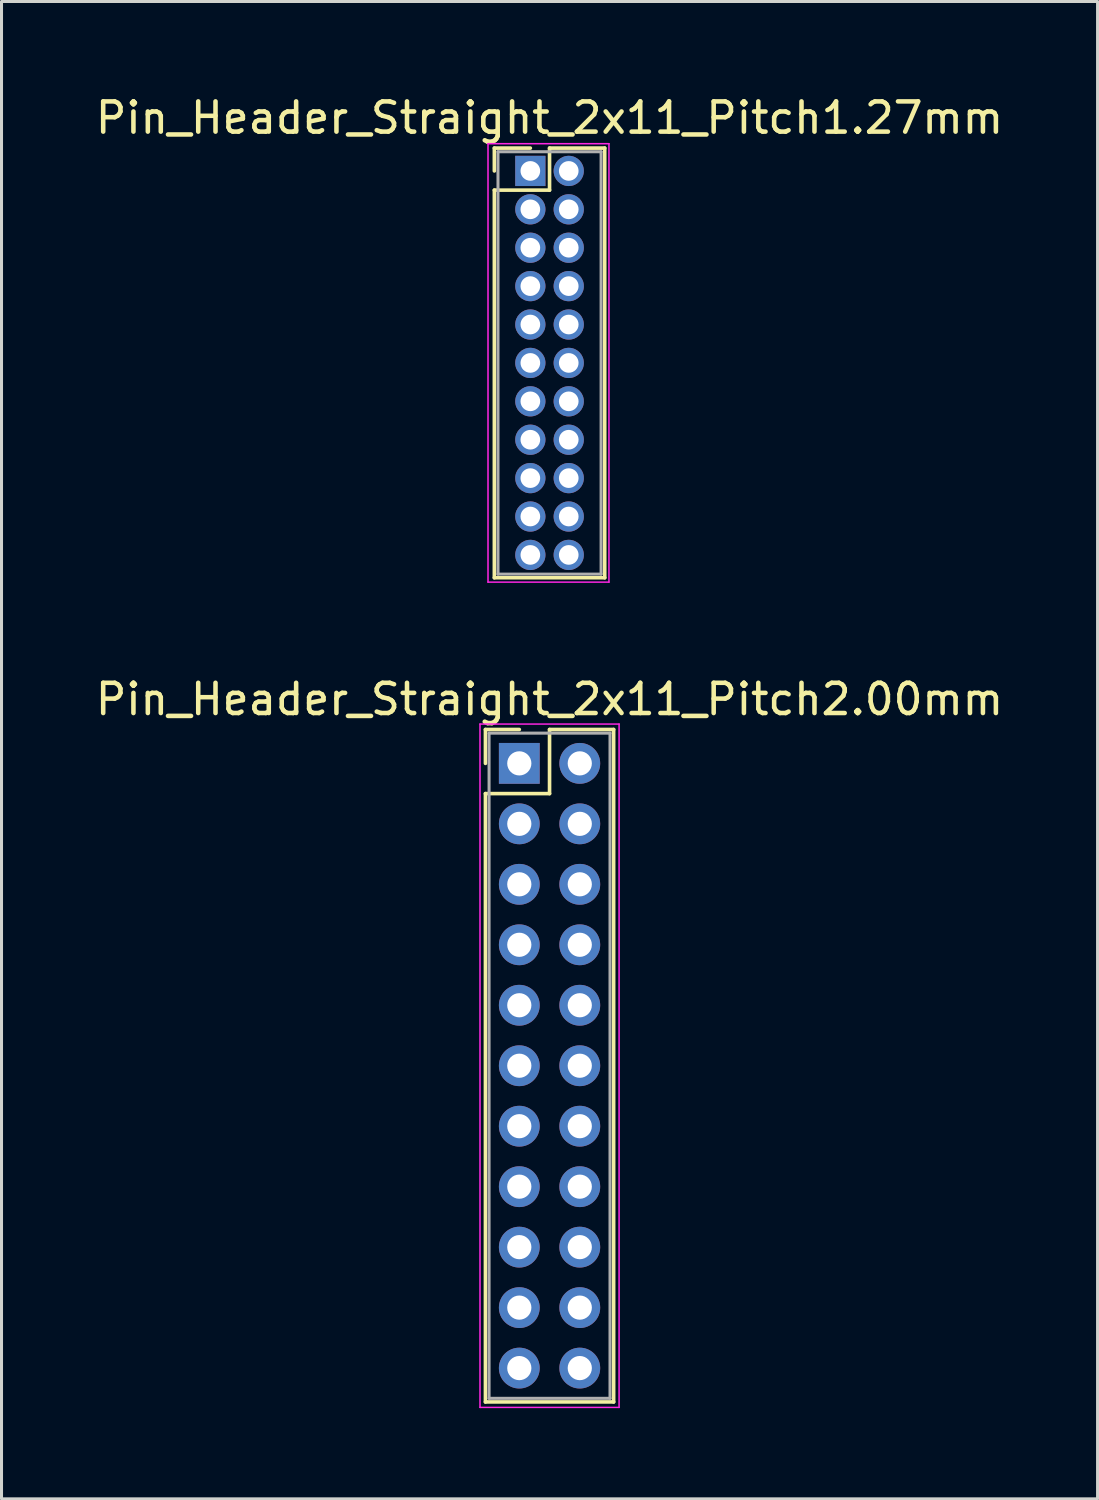
<source format=kicad_pcb>
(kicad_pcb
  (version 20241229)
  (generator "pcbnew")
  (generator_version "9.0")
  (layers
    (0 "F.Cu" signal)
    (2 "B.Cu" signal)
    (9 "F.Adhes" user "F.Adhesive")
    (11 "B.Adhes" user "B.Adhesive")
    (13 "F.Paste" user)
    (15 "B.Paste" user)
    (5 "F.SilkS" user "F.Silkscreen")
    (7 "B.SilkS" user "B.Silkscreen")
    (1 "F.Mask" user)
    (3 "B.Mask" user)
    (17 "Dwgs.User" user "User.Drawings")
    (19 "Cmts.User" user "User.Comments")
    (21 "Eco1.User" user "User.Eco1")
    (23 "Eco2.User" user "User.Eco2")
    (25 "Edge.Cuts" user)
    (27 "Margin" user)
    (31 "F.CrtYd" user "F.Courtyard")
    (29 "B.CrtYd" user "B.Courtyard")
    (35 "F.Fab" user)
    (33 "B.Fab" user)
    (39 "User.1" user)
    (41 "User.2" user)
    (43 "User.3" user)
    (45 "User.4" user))
  (footprint "Pin_Header_Straight_2x11_Pitch2.00mm"
    (layer "F.Cu")
    (at 14.125 22.197)
    (property "Reference" "Pin_Header_Straight_2x11_Pitch2.00mm" (at 1 -2.12 0) (layer "F.SilkS") (effects (font (size 1 1) (thickness 0.15))))
    (attr through_hole)
    (fp_line (start -1.12 -1.12) (end 0 -1.12) (stroke (width 0.12) (type solid)) (layer "F.SilkS"))
    (fp_line (start -1.12 0) (end -1.12 -1.12) (stroke (width 0.12) (type solid)) (layer "F.SilkS"))
    (fp_line (start -1.12 1) (end -1.12 21.12) (stroke (width 0.12) (type solid)) (layer "F.SilkS"))
    (fp_line (start -1.12 21.12) (end 3.12 21.12) (stroke (width 0.12) (type solid)) (layer "F.SilkS"))
    (fp_line (start 1 -1.12) (end 1 1) (stroke (width 0.12) (type solid)) (layer "F.SilkS"))
    (fp_line (start 1 1) (end -1.12 1) (stroke (width 0.12) (type solid)) (layer "F.SilkS"))
    (fp_line (start 3.12 -1.12) (end 1 -1.12) (stroke (width 0.12) (type solid)) (layer "F.SilkS"))
    (fp_line (start 3.12 21.12) (end 3.12 -1.12) (stroke (width 0.12) (type solid)) (layer "F.SilkS"))
    (fp_line (start -1.3 -1.3) (end -1.3 21.3) (stroke (width 0.05) (type solid)) (layer "F.CrtYd"))
    (fp_line (start -1.3 21.3) (end 3.3 21.3) (stroke (width 0.05) (type solid)) (layer "F.CrtYd"))
    (fp_line (start 3.3 -1.3) (end -1.3 -1.3) (stroke (width 0.05) (type solid)) (layer "F.CrtYd"))
    (fp_line (start 3.3 21.3) (end 3.3 -1.3) (stroke (width 0.05) (type solid)) (layer "F.CrtYd"))
    (fp_line (start -1 -1) (end -1 21) (stroke (width 0.1) (type solid)) (layer "F.Fab"))
    (fp_line (start -1 21) (end 3 21) (stroke (width 0.1) (type solid)) (layer "F.Fab"))
    (fp_line (start 3 -1) (end -1 -1) (stroke (width 0.1) (type solid)) (layer "F.Fab"))
    (fp_line (start 3 21) (end 3 -1) (stroke (width 0.1) (type solid)) (layer "F.Fab"))
    (pad "1" thru_hole rect (at 0 0) (size 1.35 1.35) (drill 0.8) (layers "*.Cu" "*.Mask"))
    (pad "2" thru_hole oval (at 2 0) (size 1.35 1.35) (drill 0.8) (layers "*.Cu" "*.Mask"))
    (pad "3" thru_hole oval (at 0 2) (size 1.35 1.35) (drill 0.8) (layers "*.Cu" "*.Mask"))
    (pad "4" thru_hole oval (at 2 2) (size 1.35 1.35) (drill 0.8) (layers "*.Cu" "*.Mask"))
    (pad "5" thru_hole oval (at 0 4) (size 1.35 1.35) (drill 0.8) (layers "*.Cu" "*.Mask"))
    (pad "6" thru_hole oval (at 2 4) (size 1.35 1.35) (drill 0.8) (layers "*.Cu" "*.Mask"))
    (pad "7" thru_hole oval (at 0 6) (size 1.35 1.35) (drill 0.8) (layers "*.Cu" "*.Mask"))
    (pad "8" thru_hole oval (at 2 6) (size 1.35 1.35) (drill 0.8) (layers "*.Cu" "*.Mask"))
    (pad "9" thru_hole oval (at 0 8) (size 1.35 1.35) (drill 0.8) (layers "*.Cu" "*.Mask"))
    (pad "10" thru_hole oval (at 2 8) (size 1.35 1.35) (drill 0.8) (layers "*.Cu" "*.Mask"))
    (pad "11" thru_hole oval (at 0 10) (size 1.35 1.35) (drill 0.8) (layers "*.Cu" "*.Mask"))
    (pad "12" thru_hole oval (at 2 10) (size 1.35 1.35) (drill 0.8) (layers "*.Cu" "*.Mask"))
    (pad "13" thru_hole oval (at 0 12) (size 1.35 1.35) (drill 0.8) (layers "*.Cu" "*.Mask"))
    (pad "14" thru_hole oval (at 2 12) (size 1.35 1.35) (drill 0.8) (layers "*.Cu" "*.Mask"))
    (pad "15" thru_hole oval (at 0 14) (size 1.35 1.35) (drill 0.8) (layers "*.Cu" "*.Mask"))
    (pad "16" thru_hole oval (at 2 14) (size 1.35 1.35) (drill 0.8) (layers "*.Cu" "*.Mask"))
    (pad "17" thru_hole oval (at 0 16) (size 1.35 1.35) (drill 0.8) (layers "*.Cu" "*.Mask"))
    (pad "18" thru_hole oval (at 2 16) (size 1.35 1.35) (drill 0.8) (layers "*.Cu" "*.Mask"))
    (pad "19" thru_hole oval (at 0 18) (size 1.35 1.35) (drill 0.8) (layers "*.Cu" "*.Mask"))
    (pad "20" thru_hole oval (at 2 18) (size 1.35 1.35) (drill 0.8) (layers "*.Cu" "*.Mask"))
    (pad "21" thru_hole oval (at 0 20) (size 1.35 1.35) (drill 0.8) (layers "*.Cu" "*.Mask"))
    (pad "22" thru_hole oval (at 2 20) (size 1.35 1.35) (drill 0.8) (layers "*.Cu" "*.Mask")))
  (footprint "Pin_Header_Straight_2x11_Pitch1.27mm"
    (layer "F.Cu")
    (at 14.49 2.603)
    (property "Reference" "Pin_Header_Straight_2x11_Pitch1.27mm" (at 0.635 -1.755 0) (layer "F.SilkS") (effects (font (size 1 1) (thickness 0.15))))
    (attr through_hole)
    (fp_line (start -1.19 -0.755) (end 0 -0.755) (stroke (width 0.12) (type solid)) (layer "F.SilkS"))
    (fp_line (start -1.19 0) (end -1.19 -0.755) (stroke (width 0.12) (type solid)) (layer "F.SilkS"))
    (fp_line (start -1.19 0.635) (end -1.19 13.455) (stroke (width 0.12) (type solid)) (layer "F.SilkS"))
    (fp_line (start -1.19 13.455) (end 2.46 13.455) (stroke (width 0.12) (type solid)) (layer "F.SilkS"))
    (fp_line (start 0.635 -0.755) (end 0.635 0.635) (stroke (width 0.12) (type solid)) (layer "F.SilkS"))
    (fp_line (start 0.635 0.635) (end -1.19 0.635) (stroke (width 0.12) (type solid)) (layer "F.SilkS"))
    (fp_line (start 2.46 -0.755) (end 0.635 -0.755) (stroke (width 0.12) (type solid)) (layer "F.SilkS"))
    (fp_line (start 2.46 13.455) (end 2.46 -0.755) (stroke (width 0.12) (type solid)) (layer "F.SilkS"))
    (fp_line (start -1.4 -0.9) (end -1.4 13.6) (stroke (width 0.05) (type solid)) (layer "F.CrtYd"))
    (fp_line (start -1.4 13.6) (end 2.6 13.6) (stroke (width 0.05) (type solid)) (layer "F.CrtYd"))
    (fp_line (start 2.6 -0.9) (end -1.4 -0.9) (stroke (width 0.05) (type solid)) (layer "F.CrtYd"))
    (fp_line (start 2.6 13.6) (end 2.6 -0.9) (stroke (width 0.05) (type solid)) (layer "F.CrtYd"))
    (fp_line (start -1.07 -0.635) (end -1.07 13.335) (stroke (width 0.1) (type solid)) (layer "F.Fab"))
    (fp_line (start -1.07 13.335) (end 2.34 13.335) (stroke (width 0.1) (type solid)) (layer "F.Fab"))
    (fp_line (start 2.34 -0.635) (end -1.07 -0.635) (stroke (width 0.1) (type solid)) (layer "F.Fab"))
    (fp_line (start 2.34 13.335) (end 2.34 -0.635) (stroke (width 0.1) (type solid)) (layer "F.Fab"))
    (pad "1" thru_hole rect (at 0 0) (size 1 1) (drill 0.65) (layers "*.Cu" "*.Mask"))
    (pad "2" thru_hole oval (at 1.27 0) (size 1 1) (drill 0.65) (layers "*.Cu" "*.Mask"))
    (pad "3" thru_hole oval (at 0 1.27) (size 1 1) (drill 0.65) (layers "*.Cu" "*.Mask"))
    (pad "4" thru_hole oval (at 1.27 1.27) (size 1 1) (drill 0.65) (layers "*.Cu" "*.Mask"))
    (pad "5" thru_hole oval (at 0 2.54) (size 1 1) (drill 0.65) (layers "*.Cu" "*.Mask"))
    (pad "6" thru_hole oval (at 1.27 2.54) (size 1 1) (drill 0.65) (layers "*.Cu" "*.Mask"))
    (pad "7" thru_hole oval (at 0 3.81) (size 1 1) (drill 0.65) (layers "*.Cu" "*.Mask"))
    (pad "8" thru_hole oval (at 1.27 3.81) (size 1 1) (drill 0.65) (layers "*.Cu" "*.Mask"))
    (pad "9" thru_hole oval (at 0 5.08) (size 1 1) (drill 0.65) (layers "*.Cu" "*.Mask"))
    (pad "10" thru_hole oval (at 1.27 5.08) (size 1 1) (drill 0.65) (layers "*.Cu" "*.Mask"))
    (pad "11" thru_hole oval (at 0 6.35) (size 1 1) (drill 0.65) (layers "*.Cu" "*.Mask"))
    (pad "12" thru_hole oval (at 1.27 6.35) (size 1 1) (drill 0.65) (layers "*.Cu" "*.Mask"))
    (pad "13" thru_hole oval (at 0 7.62) (size 1 1) (drill 0.65) (layers "*.Cu" "*.Mask"))
    (pad "14" thru_hole oval (at 1.27 7.62) (size 1 1) (drill 0.65) (layers "*.Cu" "*.Mask"))
    (pad "15" thru_hole oval (at 0 8.89) (size 1 1) (drill 0.65) (layers "*.Cu" "*.Mask"))
    (pad "16" thru_hole oval (at 1.27 8.89) (size 1 1) (drill 0.65) (layers "*.Cu" "*.Mask"))
    (pad "17" thru_hole oval (at 0 10.16) (size 1 1) (drill 0.65) (layers "*.Cu" "*.Mask"))
    (pad "18" thru_hole oval (at 1.27 10.16) (size 1 1) (drill 0.65) (layers "*.Cu" "*.Mask"))
    (pad "19" thru_hole oval (at 0 11.43) (size 1 1) (drill 0.65) (layers "*.Cu" "*.Mask"))
    (pad "20" thru_hole oval (at 1.27 11.43) (size 1 1) (drill 0.65) (layers "*.Cu" "*.Mask"))
    (pad "21" thru_hole oval (at 0 12.7) (size 1 1) (drill 0.65) (layers "*.Cu" "*.Mask"))
    (pad "22" thru_hole oval (at 1.27 12.7) (size 1 1) (drill 0.65) (layers "*.Cu" "*.Mask")))
  (gr_rect
    (start -3 -3)
    (end 33.25 46.522)
    (stroke (width 0.1) (type default))
    (fill no)
    (layer "Edge.Cuts")))
</source>
